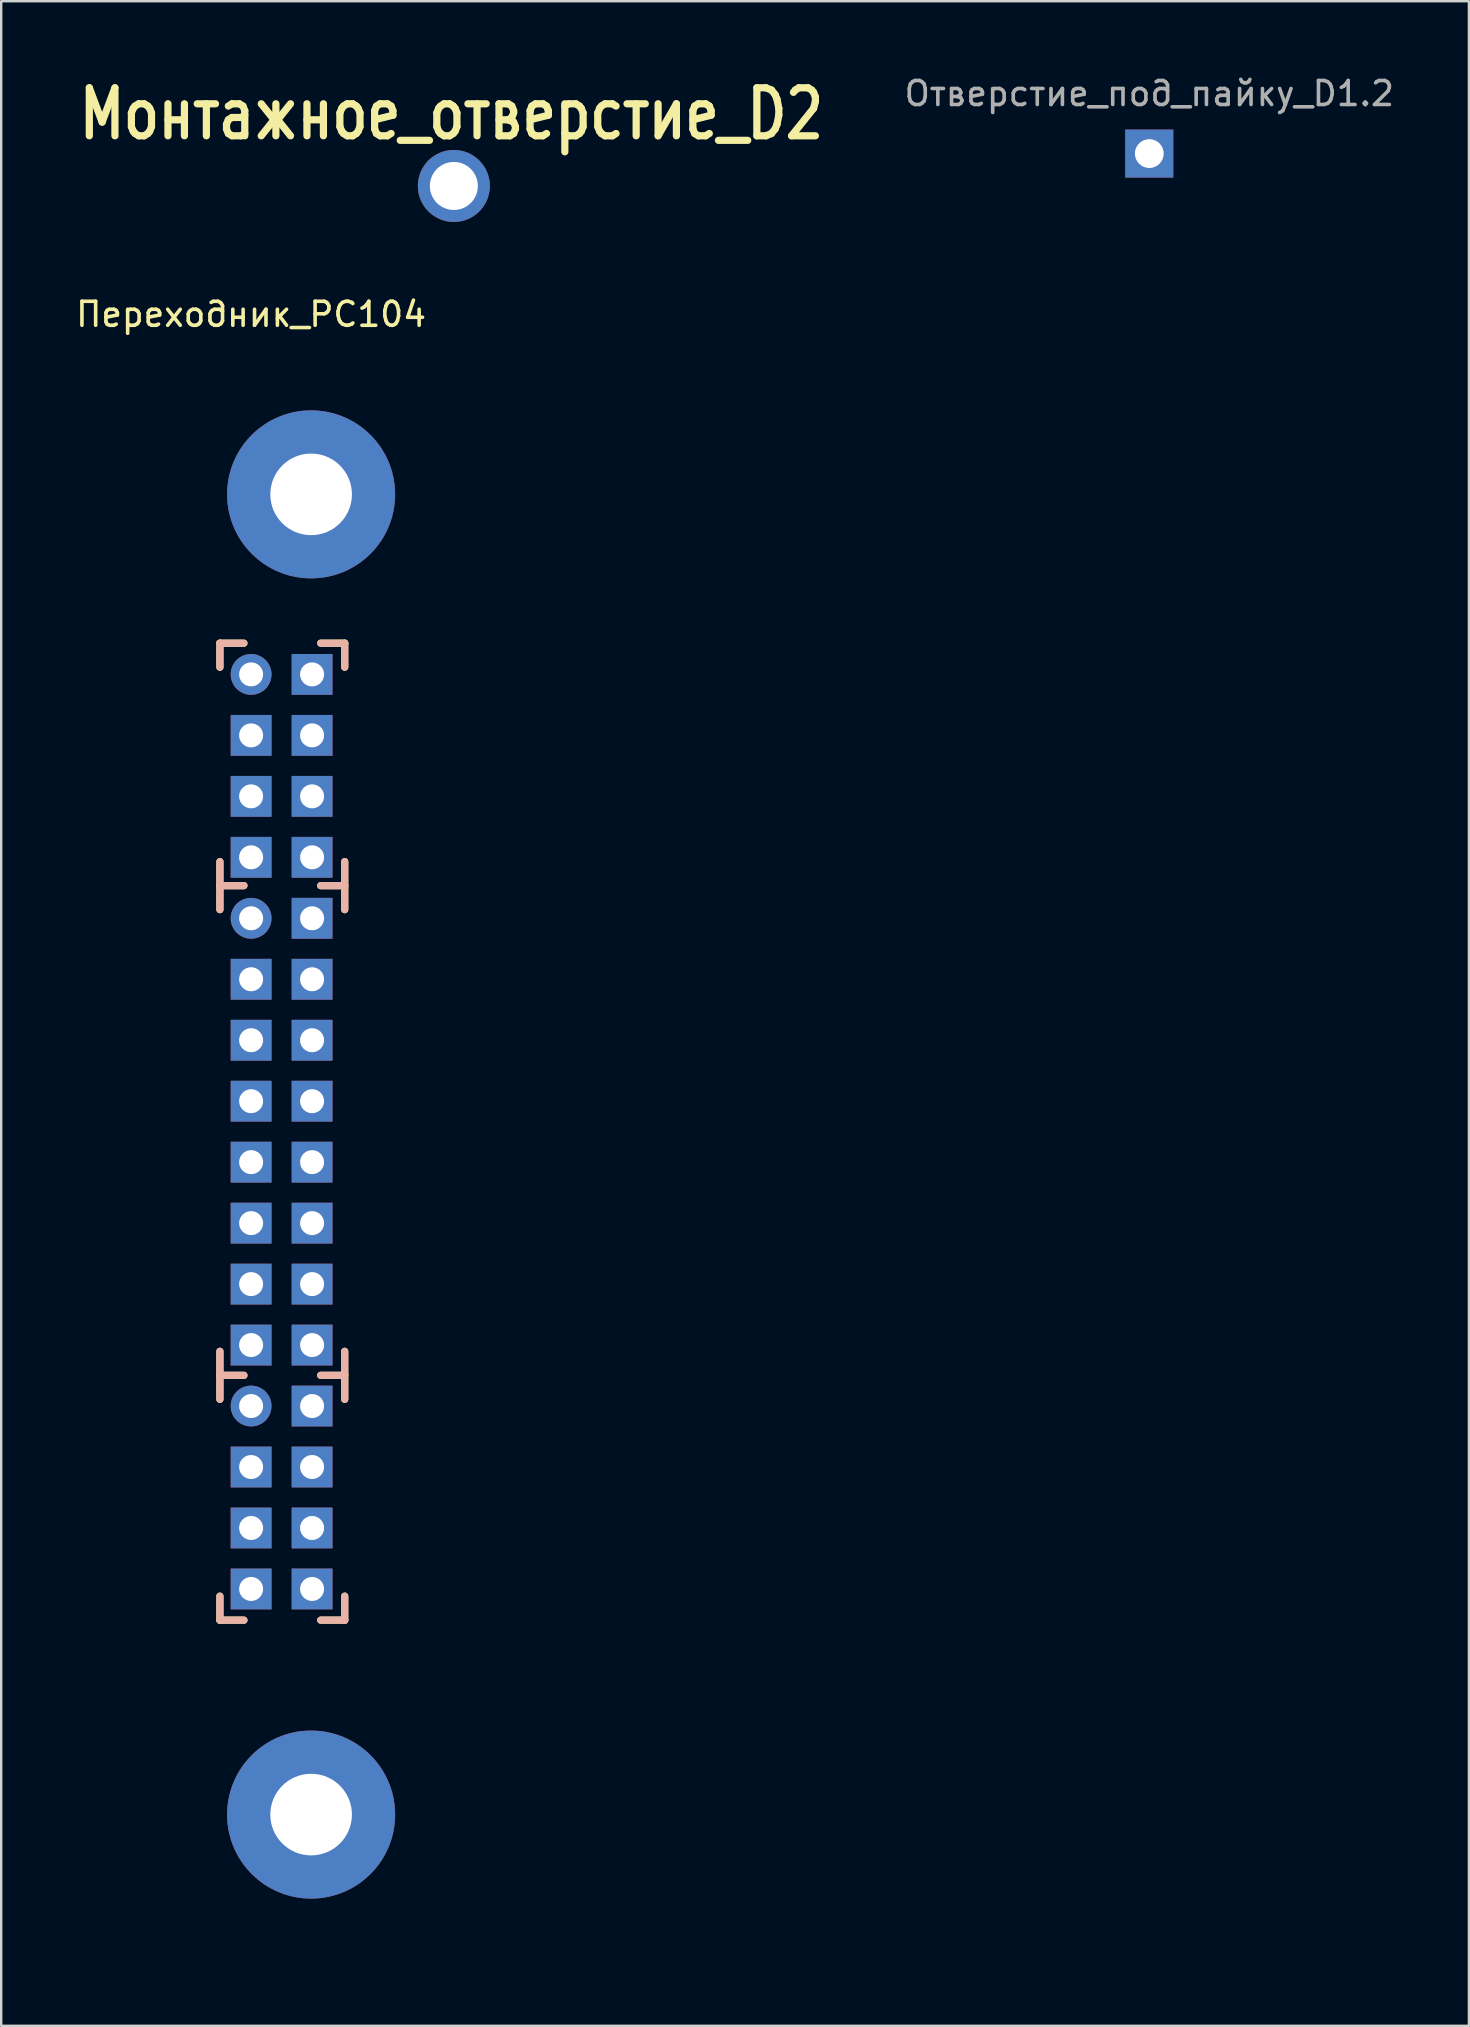
<source format=kicad_pcb>
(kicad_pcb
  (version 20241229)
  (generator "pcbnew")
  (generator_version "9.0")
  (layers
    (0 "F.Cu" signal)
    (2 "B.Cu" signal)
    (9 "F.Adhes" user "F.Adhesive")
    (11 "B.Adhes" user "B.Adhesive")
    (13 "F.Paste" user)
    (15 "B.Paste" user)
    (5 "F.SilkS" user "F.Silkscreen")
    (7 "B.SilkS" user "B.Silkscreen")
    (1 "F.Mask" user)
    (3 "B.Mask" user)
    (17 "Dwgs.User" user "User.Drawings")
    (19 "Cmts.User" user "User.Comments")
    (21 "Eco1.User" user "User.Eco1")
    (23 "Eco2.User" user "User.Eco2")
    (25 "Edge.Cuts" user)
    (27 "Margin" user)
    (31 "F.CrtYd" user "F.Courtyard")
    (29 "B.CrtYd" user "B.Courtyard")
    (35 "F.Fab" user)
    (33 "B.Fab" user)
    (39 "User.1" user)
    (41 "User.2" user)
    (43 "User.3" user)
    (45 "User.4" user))
  (footprint "Отверстие_под_пайку_D1.2"
    (layer "F.Cu")
    (at 44.829 3.348)
    (property "Reference" "Отверстие_под_пайку_D1.2" (at 0 -2.5 0) (layer "F.Fab") (effects (font (size 1 1) (thickness 0.15))))
    (attr through_hole)
    (pad "1" thru_hole trapezoid (at 0 0) (size 2 2) (drill 1.2) (layers "*.Cu" "*.Paste" "*.Mask")))
  (footprint "Переходник_PC104"
    (layer "F.Cu")
    (at 9.911 72.545)
    (property "Reference" "Переходник_PC104" (at -2.5 -62.5 0) (layer "F.SilkS") (effects (font (size 1 1) (thickness 0.15))))
    (attr through_hole)
    (fp_line (start -7.5 -60) (end -7.5 5) (stroke (width 1.6) (type solid)) (layer "F.Mask"))
    (fp_line (start -7.5 5) (end 5 5) (stroke (width 1.6) (type solid)) (layer "F.Mask"))
    (fp_line (start 5 -60) (end -7.5 -60) (stroke (width 1.6) (type solid)) (layer "F.Mask"))
    (fp_line (start 5 -60) (end 5 5) (stroke (width 1.6) (type solid)) (layer "F.Mask"))
    (fp_line (start -7.5 -60) (end 5 -60) (stroke (width 1.6) (type solid)) (layer "B.Mask"))
    (fp_line (start -7.5 5) (end -7.5 -60) (stroke (width 1.6) (type solid)) (layer "B.Mask"))
    (fp_line (start 5 -60) (end 5 5) (stroke (width 1.6) (type solid)) (layer "B.Mask"))
    (fp_line (start 5 5) (end -7.5 5) (stroke (width 1.6) (type solid)) (layer "B.Mask"))
    (fp_line (start -3.8 -48.8) (end -3.8 -47.8) (stroke (width 0.3) (type solid)) (layer "F.SilkS"))
    (fp_line (start -3.8 -38.7) (end -3.8 -39.7) (stroke (width 0.3) (type solid)) (layer "F.SilkS"))
    (fp_line (start -3.8 -37.7) (end -3.8 -38.7) (stroke (width 0.3) (type solid)) (layer "F.SilkS"))
    (fp_line (start -3.8 -17.3) (end -3.8 -19.3) (stroke (width 0.3) (type solid)) (layer "F.SilkS"))
    (fp_line (start -3.8 -8.1) (end -3.8 -9.1) (stroke (width 0.3) (type solid)) (layer "F.SilkS"))
    (fp_line (start -2.8 -48.8) (end -3.8 -48.8) (stroke (width 0.3) (type solid)) (layer "F.SilkS"))
    (fp_line (start -2.8 -38.7) (end -3.8 -38.7) (stroke (width 0.3) (type solid)) (layer "F.SilkS"))
    (fp_line (start -2.8 -18.3) (end -3.8 -18.3) (stroke (width 0.3) (type solid)) (layer "F.SilkS"))
    (fp_line (start -2.8 -8.1) (end -3.8 -8.1) (stroke (width 0.3) (type solid)) (layer "F.SilkS"))
    (fp_line (start 0.4 -38.7) (end 1.4 -38.7) (stroke (width 0.3) (type solid)) (layer "F.SilkS"))
    (fp_line (start 0.4 -18.3) (end 1.4 -18.3) (stroke (width 0.3) (type solid)) (layer "F.SilkS"))
    (fp_line (start 0.4 -8.1) (end 1.4 -8.1) (stroke (width 0.3) (type solid)) (layer "F.SilkS"))
    (fp_line (start 1.4 -48.8) (end 0.4 -48.8) (stroke (width 0.3) (type solid)) (layer "F.SilkS"))
    (fp_line (start 1.4 -47.8) (end 1.4 -48.8) (stroke (width 0.3) (type solid)) (layer "F.SilkS"))
    (fp_line (start 1.4 -37.7) (end 1.4 -39.7) (stroke (width 0.3) (type solid)) (layer "F.SilkS"))
    (fp_line (start 1.4 -19.3) (end 1.4 -17.3) (stroke (width 0.3) (type solid)) (layer "F.SilkS"))
    (fp_line (start 1.4 -8.1) (end 1.4 -9.1) (stroke (width 0.3) (type solid)) (layer "F.SilkS"))
    (fp_line (start -3.8 -48.8) (end -3.8 -47.8) (stroke (width 0.3) (type solid)) (layer "B.SilkS"))
    (fp_line (start -3.8 -38.7) (end -3.8 -39.7) (stroke (width 0.3) (type solid)) (layer "B.SilkS"))
    (fp_line (start -3.8 -37.7) (end -3.8 -38.7) (stroke (width 0.3) (type solid)) (layer "B.SilkS"))
    (fp_line (start -3.8 -17.3) (end -3.8 -19.3) (stroke (width 0.3) (type solid)) (layer "B.SilkS"))
    (fp_line (start -3.8 -8.1) (end -3.8 -9.1) (stroke (width 0.3) (type solid)) (layer "B.SilkS"))
    (fp_line (start -2.8 -48.8) (end -3.8 -48.8) (stroke (width 0.3) (type solid)) (layer "B.SilkS"))
    (fp_line (start -2.8 -38.7) (end -3.8 -38.7) (stroke (width 0.3) (type solid)) (layer "B.SilkS"))
    (fp_line (start -2.8 -18.3) (end -3.8 -18.3) (stroke (width 0.3) (type solid)) (layer "B.SilkS"))
    (fp_line (start -2.8 -8.1) (end -3.8 -8.1) (stroke (width 0.3) (type solid)) (layer "B.SilkS"))
    (fp_line (start 0.4 -38.7) (end 1.4 -38.7) (stroke (width 0.3) (type solid)) (layer "B.SilkS"))
    (fp_line (start 0.4 -18.3) (end 1.4 -18.3) (stroke (width 0.3) (type solid)) (layer "B.SilkS"))
    (fp_line (start 0.4 -8.1) (end 1.4 -8.1) (stroke (width 0.3) (type solid)) (layer "B.SilkS"))
    (fp_line (start 1.4 -48.8) (end 0.4 -48.8) (stroke (width 0.3) (type solid)) (layer "B.SilkS"))
    (fp_line (start 1.4 -47.8) (end 1.4 -48.8) (stroke (width 0.3) (type solid)) (layer "B.SilkS"))
    (fp_line (start 1.4 -37.7) (end 1.4 -39.7) (stroke (width 0.3) (type solid)) (layer "B.SilkS"))
    (fp_line (start 1.4 -19.3) (end 1.4 -17.3) (stroke (width 0.3) (type solid)) (layer "B.SilkS"))
    (fp_line (start 1.4 -8.1) (end 1.4 -9.1) (stroke (width 0.3) (type solid)) (layer "B.SilkS"))
    (pad "0" thru_hole circle (at 0 -55) (size 7 7) (drill 3.4) (layers "*.Cu" "*.Mask"))
    (pad "0" thru_hole circle (at 0 0) (size 7 7) (drill 3.4) (layers "*.Cu" "*.Mask"))
    (pad "1" thru_hole circle (at -2.5 -47.5) (size 1.7 1.7) (drill 1) (layers "*.Cu" "*.Mask"))
    (pad "1" thru_hole circle (at -2.5 -37.34) (size 1.7 1.7) (drill 1) (layers "*.Cu" "*.Mask"))
    (pad "2" thru_hole rect (at 0.04 -47.5) (size 1.7 1.7) (drill 1) (layers "*.Cu" "*.Mask"))
    (pad "2" thru_hole rect (at 0.04 -37.34) (size 1.7 1.7) (drill 1) (layers "*.Cu" "*.Mask"))
    (pad "3" thru_hole rect (at -2.5 -44.96) (size 1.7 1.7) (drill 1) (layers "*.Cu" "*.Mask"))
    (pad "3" thru_hole rect (at -2.5 -34.8) (size 1.7 1.7) (drill 1) (layers "*.Cu" "*.Mask"))
    (pad "4" thru_hole rect (at 0.04 -44.96) (size 1.7 1.7) (drill 1) (layers "*.Cu" "*.Mask"))
    (pad "4" thru_hole rect (at 0.04 -34.8) (size 1.7 1.7) (drill 1) (layers "*.Cu" "*.Mask"))
    (pad "5" thru_hole rect (at -2.5 -42.42) (size 1.7 1.7) (drill 1) (layers "*.Cu" "*.Mask"))
    (pad "5" thru_hole rect (at -2.5 -32.26) (size 1.7 1.7) (drill 1) (layers "*.Cu" "*.Mask"))
    (pad "6" thru_hole rect (at 0.04 -42.42) (size 1.7 1.7) (drill 1) (layers "*.Cu" "*.Mask"))
    (pad "6" thru_hole rect (at 0.04 -32.26) (size 1.7 1.7) (drill 1) (layers "*.Cu" "*.Mask"))
    (pad "7" thru_hole rect (at -2.5 -39.88) (size 1.7 1.7) (drill 1) (layers "*.Cu" "*.Mask"))
    (pad "7" thru_hole rect (at -2.5 -29.72) (size 1.7 1.7) (drill 1) (layers "*.Cu" "*.Mask"))
    (pad "8" thru_hole rect (at 0.04 -39.88) (size 1.7 1.7) (drill 1) (layers "*.Cu" "*.Mask"))
    (pad "8" thru_hole rect (at 0.04 -29.72) (size 1.7 1.7) (drill 1) (layers "*.Cu" "*.Mask"))
    (pad "9" thru_hole rect (at -2.5 -27.18) (size 1.7 1.7) (drill 1) (layers "*.Cu" "*.Mask"))
    (pad "9" thru_hole circle (at -2.5 -17.02) (size 1.7 1.7) (drill 1) (layers "*.Cu" "*.Mask"))
    (pad "10" thru_hole rect (at 0.04 -27.18) (size 1.7 1.7) (drill 1) (layers "*.Cu" "*.Mask"))
    (pad "10" thru_hole rect (at 0.04 -17.02) (size 1.7 1.7) (drill 1) (layers "*.Cu" "*.Mask"))
    (pad "11" thru_hole rect (at -2.5 -24.64) (size 1.7 1.7) (drill 1) (layers "*.Cu" "*.Mask"))
    (pad "11" thru_hole rect (at -2.5 -14.48) (size 1.7 1.7) (drill 1) (layers "*.Cu" "*.Mask"))
    (pad "12" thru_hole rect (at 0.04 -24.64) (size 1.7 1.7) (drill 1) (layers "*.Cu" "*.Mask"))
    (pad "12" thru_hole rect (at 0.04 -14.48) (size 1.7 1.7) (drill 1) (layers "*.Cu" "*.Mask"))
    (pad "13" thru_hole rect (at -2.5 -22.1) (size 1.7 1.7) (drill 1) (layers "*.Cu" "*.Mask"))
    (pad "13" thru_hole rect (at -2.5 -11.94) (size 1.7 1.7) (drill 1) (layers "*.Cu" "*.Mask"))
    (pad "14" thru_hole rect (at 0.04 -22.1) (size 1.7 1.7) (drill 1) (layers "*.Cu" "*.Mask"))
    (pad "14" thru_hole rect (at 0.04 -11.94) (size 1.7 1.7) (drill 1) (layers "*.Cu" "*.Mask"))
    (pad "15" thru_hole rect (at -2.5 -19.56) (size 1.7 1.7) (drill 1) (layers "*.Cu" "*.Mask"))
    (pad "15" thru_hole rect (at -2.5 -9.4) (size 1.7 1.7) (drill 1) (layers "*.Cu" "*.Mask"))
    (pad "16" thru_hole rect (at 0.04 -19.56) (size 1.7 1.7) (drill 1) (layers "*.Cu" "*.Mask"))
    (pad "16" thru_hole rect (at 0.04 -9.4) (size 1.7 1.7) (drill 1) (layers "*.Cu" "*.Mask")))
  (footprint "Монтажное_отверстие_D2"
    (layer "F.Cu")
    (at 15.857 4.697)
    (property "Reference" "Монтажное_отверстие_D2" (at -0.1 -3 0) (layer "F.SilkS") (effects (font (size 2 1.6) (thickness 0.3))))
    (attr through_hole)
    (pad "1" thru_hole circle (at 0 0) (size 3 3) (drill 2) (layers "*.Cu" "*.Mask")))
  (gr_rect
    (start -3 -3)
    (end 58.144 81.345)
    (stroke (width 0.1) (type default))
    (fill no)
    (layer "Edge.Cuts")))
</source>
